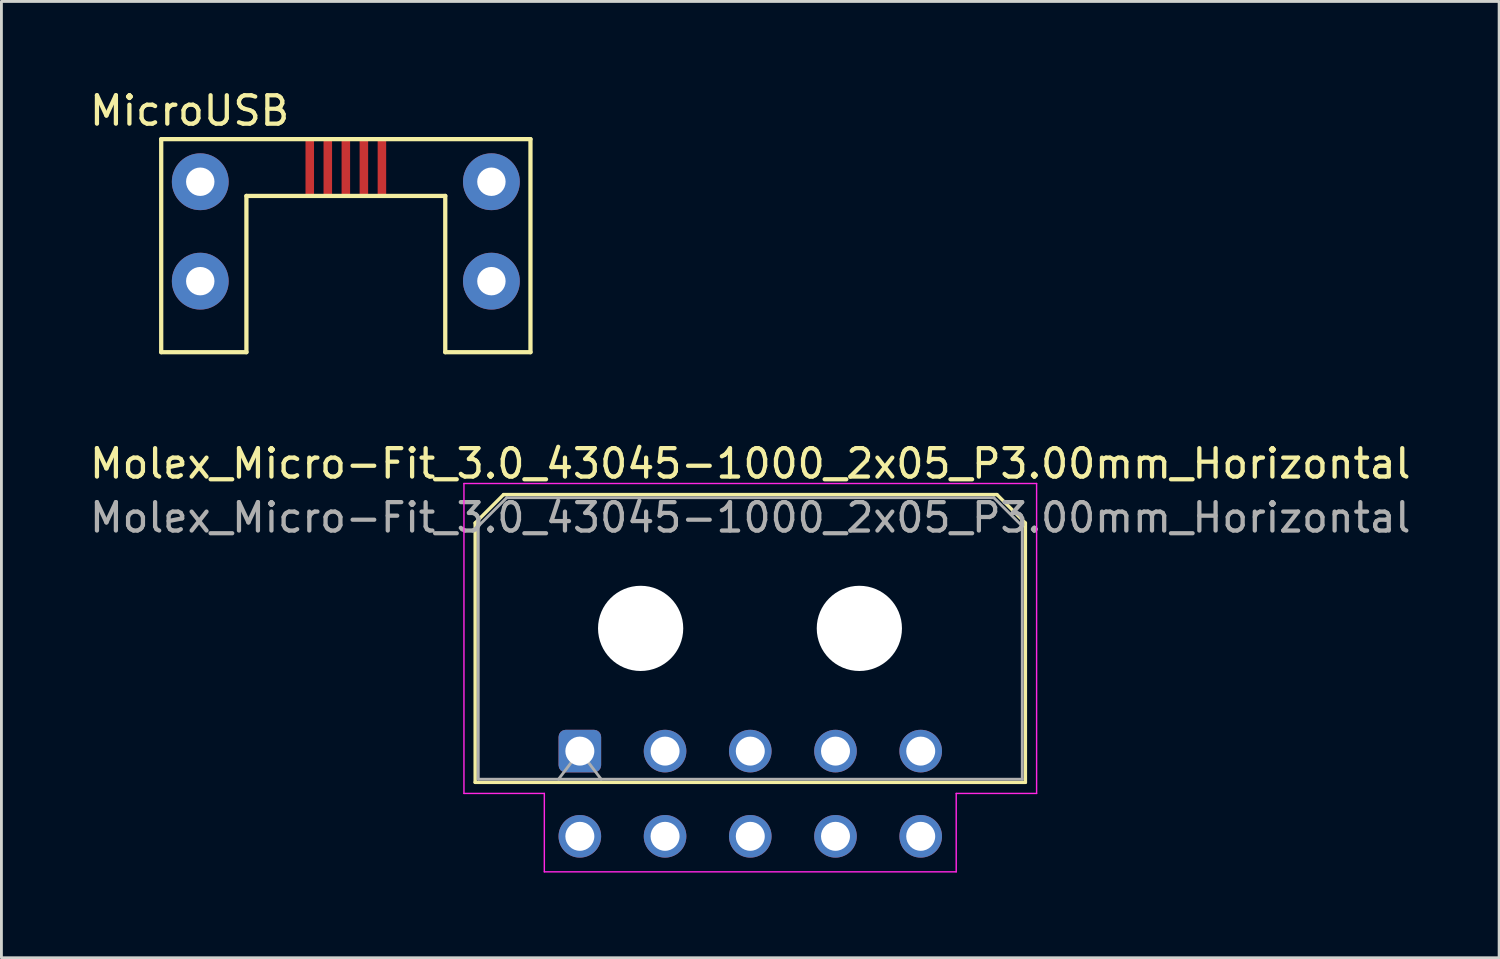
<source format=kicad_pcb>
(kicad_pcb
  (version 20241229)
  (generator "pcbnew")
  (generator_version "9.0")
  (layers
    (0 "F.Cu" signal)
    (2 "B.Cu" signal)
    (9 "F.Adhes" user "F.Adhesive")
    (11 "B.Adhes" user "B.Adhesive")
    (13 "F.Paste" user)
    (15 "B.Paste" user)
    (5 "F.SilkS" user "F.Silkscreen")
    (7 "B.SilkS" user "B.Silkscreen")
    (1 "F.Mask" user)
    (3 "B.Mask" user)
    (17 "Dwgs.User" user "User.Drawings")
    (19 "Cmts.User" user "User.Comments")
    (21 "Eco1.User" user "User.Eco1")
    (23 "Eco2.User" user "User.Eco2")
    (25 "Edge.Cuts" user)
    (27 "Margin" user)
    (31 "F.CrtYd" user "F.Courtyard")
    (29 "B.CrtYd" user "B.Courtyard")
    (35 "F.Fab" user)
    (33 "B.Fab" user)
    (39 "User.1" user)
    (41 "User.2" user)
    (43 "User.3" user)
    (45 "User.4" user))
  (footprint "MicroUSB"
    (layer "F.Cu")
    (at 9.125 3.848)
    (property "Reference" "MicroUSB" (at -5.5 -3 0) (layer "F.SilkS") (effects (font (size 1 1) (thickness 0.15))))
    (attr through_hole)
    (fp_line (start -6.5 -2) (end -6.5 5.5) (stroke (width 0.15) (type solid)) (layer "F.SilkS"))
    (fp_line (start -6.5 5.5) (end -3.5 5.5) (stroke (width 0.15) (type solid)) (layer "F.SilkS"))
    (fp_line (start -3.5 0) (end 3.5 0) (stroke (width 0.15) (type solid)) (layer "F.SilkS"))
    (fp_line (start -3.5 5.5) (end -3.5 0) (stroke (width 0.15) (type solid)) (layer "F.SilkS"))
    (fp_line (start 3.5 0) (end 3.5 5.5) (stroke (width 0.15) (type solid)) (layer "F.SilkS"))
    (fp_line (start 3.5 5.5) (end 6.5 5.5) (stroke (width 0.15) (type solid)) (layer "F.SilkS"))
    (fp_line (start 6.5 -2) (end -6.5 -2) (stroke (width 0.15) (type solid)) (layer "F.SilkS"))
    (fp_line (start 6.5 5.5) (end 6.5 -2) (stroke (width 0.15) (type solid)) (layer "F.SilkS"))
    (pad "1" smd roundrect (at -1.27 -1) (size 0.3 2) (layers "F.Cu" "F.Mask" "F.Paste") (roundrect_rratio 0.25))
    (pad "2" smd roundrect (at -0.635 -1) (size 0.3 2) (layers "F.Cu" "F.Mask" "F.Paste") (roundrect_rratio 0.25))
    (pad "3" smd roundrect (at 0 -1) (size 0.3 2) (layers "F.Cu" "F.Mask" "F.Paste") (roundrect_rratio 0.25))
    (pad "4" smd roundrect (at 0.635 -1) (size 0.3 2) (layers "F.Cu" "F.Mask" "F.Paste") (roundrect_rratio 0.25))
    (pad "5" smd roundrect (at 1.27 -1) (size 0.3 2) (layers "F.Cu" "F.Mask" "F.Paste") (roundrect_rratio 0.25))
    (pad "6" thru_hole circle (at -5.125 -0.5) (size 2 2) (drill 1) (layers "*.Cu" "*.Mask"))
    (pad "6" thru_hole circle (at -5.125 3) (size 2 2) (drill 1) (layers "*.Cu" "*.Mask"))
    (pad "6" thru_hole circle (at 5.125 -0.5) (size 2 2) (drill 1) (layers "*.Cu" "*.Mask"))
    (pad "6" thru_hole circle (at 5.125 3) (size 2 2) (drill 1) (layers "*.Cu" "*.Mask")))
  (footprint "Molex_Micro-Fit_3.0_43045-1000_2x05_P3.00mm_Horizontal"
    (layer "F.Cu")
    (at 17.363 23.392)
    (property "Reference" "Molex_Micro-Fit_3.0_43045-1000_2x05_P3.00mm_Horizontal" (at 6 -10.12 0) (layer "F.SilkS") (effects (font (size 1 1) (thickness 0.15))))
    (attr through_hole)
    (fp_line (start -3.685 -8.03) (end -2.685 -9.03) (stroke (width 0.12) (type solid)) (layer "F.SilkS"))
    (fp_line (start -3.685 1.1) (end -3.685 -8.03) (stroke (width 0.12) (type solid)) (layer "F.SilkS"))
    (fp_line (start -2.685 -9.03) (end 14.685 -9.03) (stroke (width 0.12) (type solid)) (layer "F.SilkS"))
    (fp_line (start 14.685 -9.03) (end 15.685 -8.03) (stroke (width 0.12) (type solid)) (layer "F.SilkS"))
    (fp_line (start 15.685 -8.03) (end 15.685 1.1) (stroke (width 0.12) (type solid)) (layer "F.SilkS"))
    (fp_line (start 15.685 1.1) (end -3.685 1.1) (stroke (width 0.12) (type solid)) (layer "F.SilkS"))
    (fp_line (start -4.08 -9.42) (end 16.08 -9.42) (stroke (width 0.05) (type solid)) (layer "F.CrtYd"))
    (fp_line (start -4.08 1.49) (end -4.08 -9.42) (stroke (width 0.05) (type solid)) (layer "F.CrtYd"))
    (fp_line (start -1.25 1.49) (end -4.08 1.49) (stroke (width 0.05) (type solid)) (layer "F.CrtYd"))
    (fp_line (start -1.25 4.25) (end -1.25 1.49) (stroke (width 0.05) (type solid)) (layer "F.CrtYd"))
    (fp_line (start 13.25 1.49) (end 13.25 4.25) (stroke (width 0.05) (type solid)) (layer "F.CrtYd"))
    (fp_line (start 13.25 4.25) (end -1.25 4.25) (stroke (width 0.05) (type solid)) (layer "F.CrtYd"))
    (fp_line (start 16.08 -9.42) (end 16.08 1.49) (stroke (width 0.05) (type solid)) (layer "F.CrtYd"))
    (fp_line (start 16.08 1.49) (end 13.25 1.49) (stroke (width 0.05) (type solid)) (layer "F.CrtYd"))
    (fp_line (start -3.575 -7.92) (end -2.575 -8.92) (stroke (width 0.1) (type solid)) (layer "F.Fab"))
    (fp_line (start -3.575 0.99) (end -3.575 -7.92) (stroke (width 0.1) (type solid)) (layer "F.Fab"))
    (fp_line (start -2.575 -8.92) (end 14.575 -8.92) (stroke (width 0.1) (type solid)) (layer "F.Fab"))
    (fp_line (start -0.75 0.99) (end 0 0) (stroke (width 0.1) (type solid)) (layer "F.Fab"))
    (fp_line (start 0 0) (end 0.75 0.99) (stroke (width 0.1) (type solid)) (layer "F.Fab"))
    (fp_line (start 14.575 -8.92) (end 15.575 -7.92) (stroke (width 0.1) (type solid)) (layer "F.Fab"))
    (fp_line (start 15.575 -7.92) (end 15.575 0.99) (stroke (width 0.1) (type solid)) (layer "F.Fab"))
    (fp_line (start 15.575 0.99) (end -3.575 0.99) (stroke (width 0.1) (type solid)) (layer "F.Fab"))
    (fp_text user "${REFERENCE}" (at 6 -8.22 0) (layer "F.Fab") (effects (font (size 1 1) (thickness 0.15))))
    (pad "" np_thru_hole circle (at 2.14 -4.32) (size 3 3) (drill 3) (layers "*.Cu" "*.Mask"))
    (pad "" np_thru_hole circle (at 9.84 -4.32) (size 3 3) (drill 3) (layers "*.Cu" "*.Mask"))
    (pad "1" thru_hole roundrect (at 0 0) (size 1.5 1.5) (drill 1.02) (layers "*.Cu" "*.Mask") (roundrect_rratio 0.167))
    (pad "2" thru_hole circle (at 3 0) (size 1.5 1.5) (drill 1.02) (layers "*.Cu" "*.Mask"))
    (pad "3" thru_hole circle (at 6 0) (size 1.5 1.5) (drill 1.02) (layers "*.Cu" "*.Mask"))
    (pad "4" thru_hole circle (at 9 0) (size 1.5 1.5) (drill 1.02) (layers "*.Cu" "*.Mask"))
    (pad "5" thru_hole circle (at 12 0) (size 1.5 1.5) (drill 1.02) (layers "*.Cu" "*.Mask"))
    (pad "6" thru_hole circle (at 0 3) (size 1.5 1.5) (drill 1.02) (layers "*.Cu" "*.Mask"))
    (pad "7" thru_hole circle (at 3 3) (size 1.5 1.5) (drill 1.02) (layers "*.Cu" "*.Mask"))
    (pad "8" thru_hole circle (at 6 3) (size 1.5 1.5) (drill 1.02) (layers "*.Cu" "*.Mask"))
    (pad "9" thru_hole circle (at 9 3) (size 1.5 1.5) (drill 1.02) (layers "*.Cu" "*.Mask"))
    (pad "10" thru_hole circle (at 12 3) (size 1.5 1.5) (drill 1.02) (layers "*.Cu" "*.Mask")))
  (gr_rect
    (start -3 -3)
    (end 49.726 30.666)
    (stroke (width 0.1) (type default))
    (fill no)
    (layer "Edge.Cuts")))
</source>
